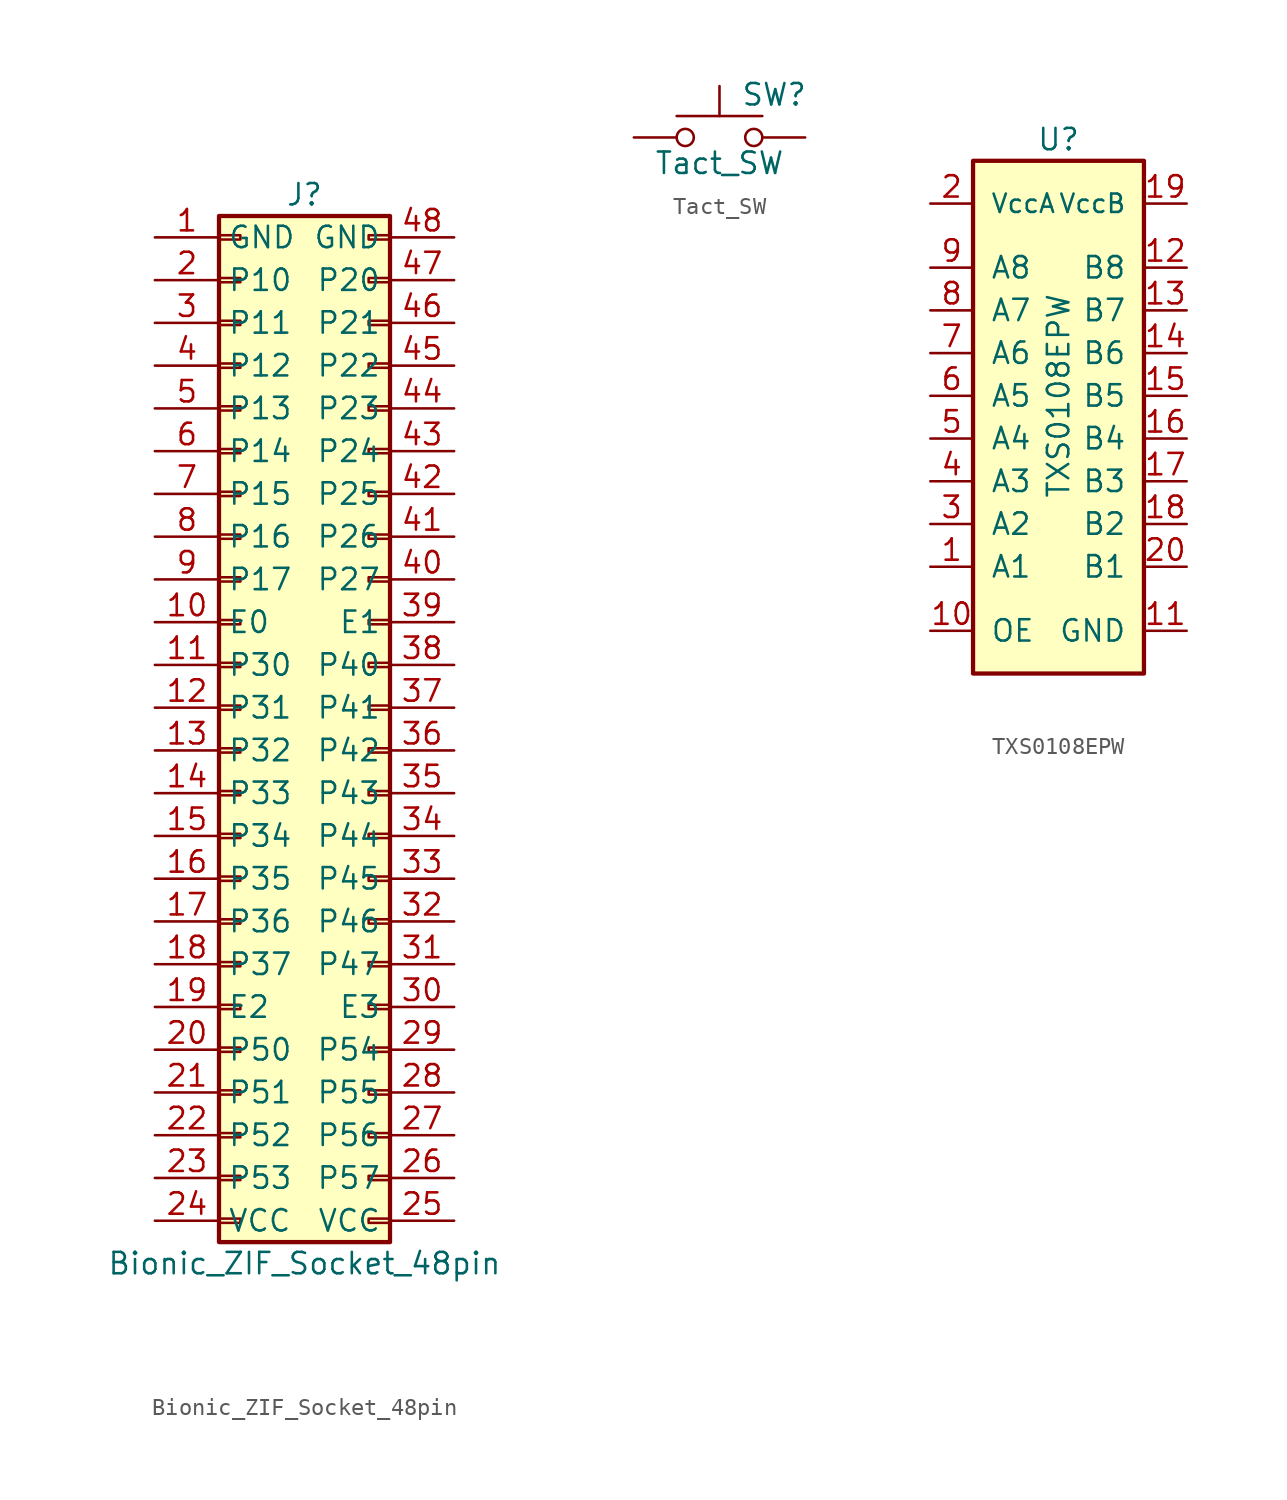
<source format=kicad_sym>
(kicad_symbol_lib
  (version 20220914)
  (generator kicad_symbol_editor)
  (symbol "Bionic_ZIF_Socket_48pin"
    (property "Reference" "J"
      (at 3.81 30.48 0)
      (effects (font (size 1.27 1.27))))
    (property "Value" "Bionic_ZIF_Socket_48pin"
      (at 3.81 -33.02 0)
      (effects (font (size 1.27 1.27))))
    (symbol "Bionic_ZIF_Socket_48pin_1_1"
      (rectangle (start -1.27 -30.353) (end 0 -30.607) (stroke (width 0.152) (type default)) (fill (type none)))
      (rectangle (start -1.27 -27.813) (end 0 -28.067) (stroke (width 0.152) (type default)) (fill (type none)))
      (rectangle (start -1.27 -25.273) (end 0 -25.527) (stroke (width 0.152) (type default)) (fill (type none)))
      (rectangle (start -1.27 -22.733) (end 0 -22.987) (stroke (width 0.152) (type default)) (fill (type none)))
      (rectangle (start -1.27 -20.193) (end 0 -20.447) (stroke (width 0.152) (type default)) (fill (type none)))
      (rectangle (start -1.27 -17.653) (end 0 -17.907) (stroke (width 0.152) (type default)) (fill (type none)))
      (rectangle (start -1.27 -15.113) (end 0 -15.367) (stroke (width 0.152) (type default)) (fill (type none)))
      (rectangle (start -1.27 -12.573) (end 0 -12.827) (stroke (width 0.152) (type default)) (fill (type none)))
      (rectangle (start -1.27 -10.033) (end 0 -10.287) (stroke (width 0.152) (type default)) (fill (type none)))
      (rectangle (start -1.27 -7.493) (end 0 -7.747) (stroke (width 0.152) (type default)) (fill (type none)))
      (rectangle (start -1.27 -4.953) (end 0 -5.207) (stroke (width 0.152) (type default)) (fill (type none)))
      (rectangle (start -1.27 -2.413) (end 0 -2.667) (stroke (width 0.152) (type default)) (fill (type none)))
      (rectangle (start -1.27 0.127) (end 0 -0.127) (stroke (width 0.152) (type default)) (fill (type none)))
      (rectangle (start -1.27 2.667) (end 0 2.413) (stroke (width 0.152) (type default)) (fill (type none)))
      (rectangle (start -1.27 5.207) (end 0 4.953) (stroke (width 0.152) (type default)) (fill (type none)))
      (rectangle (start -1.27 7.747) (end 0 7.493) (stroke (width 0.152) (type default)) (fill (type none)))
      (rectangle (start -1.27 10.287) (end 0 10.033) (stroke (width 0.152) (type default)) (fill (type none)))
      (rectangle (start -1.27 12.827) (end 0 12.573) (stroke (width 0.152) (type default)) (fill (type none)))
      (rectangle (start -1.27 15.367) (end 0 15.113) (stroke (width 0.152) (type default)) (fill (type none)))
      (rectangle (start -1.27 17.907) (end 0 17.653) (stroke (width 0.152) (type default)) (fill (type none)))
      (rectangle (start -1.27 20.447) (end 0 20.193) (stroke (width 0.152) (type default)) (fill (type none)))
      (rectangle (start -1.27 22.987) (end 0 22.733) (stroke (width 0.152) (type default)) (fill (type none)))
      (rectangle (start -1.27 25.527) (end 0 25.273) (stroke (width 0.152) (type default)) (fill (type none)))
      (rectangle (start -1.27 28.067) (end 0 27.813) (stroke (width 0.152) (type default)) (fill (type none)))
      (rectangle (start -1.27 29.21) (end 8.89 -31.75) (stroke (width 0.254) (type default)) (fill (type background)))
      (rectangle (start 8.89 -30.353) (end 7.62 -30.607) (stroke (width 0.152) (type default)) (fill (type none)))
      (rectangle (start 8.89 -27.813) (end 7.62 -28.067) (stroke (width 0.152) (type default)) (fill (type none)))
      (rectangle (start 8.89 -25.273) (end 7.62 -25.527) (stroke (width 0.152) (type default)) (fill (type none)))
      (rectangle (start 8.89 -22.733) (end 7.62 -22.987) (stroke (width 0.152) (type default)) (fill (type none)))
      (rectangle (start 8.89 -20.193) (end 7.62 -20.447) (stroke (width 0.152) (type default)) (fill (type none)))
      (rectangle (start 8.89 -17.653) (end 7.62 -17.907) (stroke (width 0.152) (type default)) (fill (type none)))
      (rectangle (start 8.89 -15.113) (end 7.62 -15.367) (stroke (width 0.152) (type default)) (fill (type none)))
      (rectangle (start 8.89 -12.573) (end 7.62 -12.827) (stroke (width 0.152) (type default)) (fill (type none)))
      (rectangle (start 8.89 -10.033) (end 7.62 -10.287) (stroke (width 0.152) (type default)) (fill (type none)))
      (rectangle (start 8.89 -7.493) (end 7.62 -7.747) (stroke (width 0.152) (type default)) (fill (type none)))
      (rectangle (start 8.89 -4.953) (end 7.62 -5.207) (stroke (width 0.152) (type default)) (fill (type none)))
      (rectangle (start 8.89 -2.413) (end 7.62 -2.667) (stroke (width 0.152) (type default)) (fill (type none)))
      (rectangle (start 8.89 0.127) (end 7.62 -0.127) (stroke (width 0.152) (type default)) (fill (type none)))
      (rectangle (start 8.89 2.667) (end 7.62 2.413) (stroke (width 0.152) (type default)) (fill (type none)))
      (rectangle (start 8.89 5.207) (end 7.62 4.953) (stroke (width 0.152) (type default)) (fill (type none)))
      (rectangle (start 8.89 7.747) (end 7.62 7.493) (stroke (width 0.152) (type default)) (fill (type none)))
      (rectangle (start 8.89 10.287) (end 7.62 10.033) (stroke (width 0.152) (type default)) (fill (type none)))
      (rectangle (start 8.89 12.827) (end 7.62 12.573) (stroke (width 0.152) (type default)) (fill (type none)))
      (rectangle (start 8.89 15.367) (end 7.62 15.113) (stroke (width 0.152) (type default)) (fill (type none)))
      (rectangle (start 8.89 17.907) (end 7.62 17.653) (stroke (width 0.152) (type default)) (fill (type none)))
      (rectangle (start 8.89 20.447) (end 7.62 20.193) (stroke (width 0.152) (type default)) (fill (type none)))
      (rectangle (start 8.89 22.987) (end 7.62 22.733) (stroke (width 0.152) (type default)) (fill (type none)))
      (rectangle (start 8.89 25.527) (end 7.62 25.273) (stroke (width 0.152) (type default)) (fill (type none)))
      (rectangle (start 8.89 28.067) (end 7.62 27.813) (stroke (width 0.152) (type default)) (fill (type none)))
      (pin passive line (at -5.08 27.94 0) (length 3.81) (name "GND" (effects (font (size 1.27 1.27)))) (number "1" (effects (font (size 1.27 1.27)))))
      (pin passive line (at -5.08 5.08 0) (length 3.81) (name "E0" (effects (font (size 1.27 1.27)))) (number "10" (effects (font (size 1.27 1.27)))))
      (pin passive line (at -5.08 2.54 0) (length 3.81) (name "P30" (effects (font (size 1.27 1.27)))) (number "11" (effects (font (size 1.27 1.27)))))
      (pin passive line (at -5.08 0 0) (length 3.81) (name "P31" (effects (font (size 1.27 1.27)))) (number "12" (effects (font (size 1.27 1.27)))))
      (pin passive line (at -5.08 -2.54 0) (length 3.81) (name "P32" (effects (font (size 1.27 1.27)))) (number "13" (effects (font (size 1.27 1.27)))))
      (pin passive line (at -5.08 -5.08 0) (length 3.81) (name "P33" (effects (font (size 1.27 1.27)))) (number "14" (effects (font (size 1.27 1.27)))))
      (pin passive line (at -5.08 -7.62 0) (length 3.81) (name "P34" (effects (font (size 1.27 1.27)))) (number "15" (effects (font (size 1.27 1.27)))))
      (pin passive line (at -5.08 -10.16 0) (length 3.81) (name "P35" (effects (font (size 1.27 1.27)))) (number "16" (effects (font (size 1.27 1.27)))))
      (pin passive line (at -5.08 -12.7 0) (length 3.81) (name "P36" (effects (font (size 1.27 1.27)))) (number "17" (effects (font (size 1.27 1.27)))))
      (pin passive line (at -5.08 -15.24 0) (length 3.81) (name "P37" (effects (font (size 1.27 1.27)))) (number "18" (effects (font (size 1.27 1.27)))))
      (pin passive line (at -5.08 -17.78 0) (length 3.81) (name "E2" (effects (font (size 1.27 1.27)))) (number "19" (effects (font (size 1.27 1.27)))))
      (pin passive line (at -5.08 25.4 0) (length 3.81) (name "P10" (effects (font (size 1.27 1.27)))) (number "2" (effects (font (size 1.27 1.27)))))
      (pin passive line (at -5.08 -20.32 0) (length 3.81) (name "P50" (effects (font (size 1.27 1.27)))) (number "20" (effects (font (size 1.27 1.27)))))
      (pin passive line (at -5.08 -22.86 0) (length 3.81) (name "P51" (effects (font (size 1.27 1.27)))) (number "21" (effects (font (size 1.27 1.27)))))
      (pin passive line (at -5.08 -25.4 0) (length 3.81) (name "P52" (effects (font (size 1.27 1.27)))) (number "22" (effects (font (size 1.27 1.27)))))
      (pin passive line (at -5.08 -27.94 0) (length 3.81) (name "P53" (effects (font (size 1.27 1.27)))) (number "23" (effects (font (size 1.27 1.27)))))
      (pin passive line (at -5.08 -30.48 0) (length 3.81) (name "VCC" (effects (font (size 1.27 1.27)))) (number "24" (effects (font (size 1.27 1.27)))))
      (pin passive line (at 12.7 -30.48 180) (length 3.81) (name "VCC" (effects (font (size 1.27 1.27)))) (number "25" (effects (font (size 1.27 1.27)))))
      (pin passive line (at 12.7 -27.94 180) (length 3.81) (name "P57" (effects (font (size 1.27 1.27)))) (number "26" (effects (font (size 1.27 1.27)))))
      (pin passive line (at 12.7 -25.4 180) (length 3.81) (name "P56" (effects (font (size 1.27 1.27)))) (number "27" (effects (font (size 1.27 1.27)))))
      (pin passive line (at 12.7 -22.86 180) (length 3.81) (name "P55" (effects (font (size 1.27 1.27)))) (number "28" (effects (font (size 1.27 1.27)))))
      (pin passive line (at 12.7 -20.32 180) (length 3.81) (name "P54" (effects (font (size 1.27 1.27)))) (number "29" (effects (font (size 1.27 1.27)))))
      (pin passive line (at -5.08 22.86 0) (length 3.81) (name "P11" (effects (font (size 1.27 1.27)))) (number "3" (effects (font (size 1.27 1.27)))))
      (pin passive line (at 12.7 -17.78 180) (length 3.81) (name "E3" (effects (font (size 1.27 1.27)))) (number "30" (effects (font (size 1.27 1.27)))))
      (pin passive line (at 12.7 -15.24 180) (length 3.81) (name "P47" (effects (font (size 1.27 1.27)))) (number "31" (effects (font (size 1.27 1.27)))))
      (pin passive line (at 12.7 -12.7 180) (length 3.81) (name "P46" (effects (font (size 1.27 1.27)))) (number "32" (effects (font (size 1.27 1.27)))))
      (pin passive line (at 12.7 -10.16 180) (length 3.81) (name "P45" (effects (font (size 1.27 1.27)))) (number "33" (effects (font (size 1.27 1.27)))))
      (pin passive line (at 12.7 -7.62 180) (length 3.81) (name "P44" (effects (font (size 1.27 1.27)))) (number "34" (effects (font (size 1.27 1.27)))))
      (pin passive line (at 12.7 -5.08 180) (length 3.81) (name "P43" (effects (font (size 1.27 1.27)))) (number "35" (effects (font (size 1.27 1.27)))))
      (pin passive line (at 12.7 -2.54 180) (length 3.81) (name "P42" (effects (font (size 1.27 1.27)))) (number "36" (effects (font (size 1.27 1.27)))))
      (pin passive line (at 12.7 0 180) (length 3.81) (name "P41" (effects (font (size 1.27 1.27)))) (number "37" (effects (font (size 1.27 1.27)))))
      (pin passive line (at 12.7 2.54 180) (length 3.81) (name "P40" (effects (font (size 1.27 1.27)))) (number "38" (effects (font (size 1.27 1.27)))))
      (pin passive line (at 12.7 5.08 180) (length 3.81) (name "E1" (effects (font (size 1.27 1.27)))) (number "39" (effects (font (size 1.27 1.27)))))
      (pin passive line (at -5.08 20.32 0) (length 3.81) (name "P12" (effects (font (size 1.27 1.27)))) (number "4" (effects (font (size 1.27 1.27)))))
      (pin passive line (at 12.7 7.62 180) (length 3.81) (name "P27" (effects (font (size 1.27 1.27)))) (number "40" (effects (font (size 1.27 1.27)))))
      (pin passive line (at 12.7 10.16 180) (length 3.81) (name "P26" (effects (font (size 1.27 1.27)))) (number "41" (effects (font (size 1.27 1.27)))))
      (pin passive line (at 12.7 12.7 180) (length 3.81) (name "P25" (effects (font (size 1.27 1.27)))) (number "42" (effects (font (size 1.27 1.27)))))
      (pin passive line (at 12.7 15.24 180) (length 3.81) (name "P24" (effects (font (size 1.27 1.27)))) (number "43" (effects (font (size 1.27 1.27)))))
      (pin passive line (at 12.7 17.78 180) (length 3.81) (name "P23" (effects (font (size 1.27 1.27)))) (number "44" (effects (font (size 1.27 1.27)))))
      (pin passive line (at 12.7 20.32 180) (length 3.81) (name "P22" (effects (font (size 1.27 1.27)))) (number "45" (effects (font (size 1.27 1.27)))))
      (pin passive line (at 12.7 22.86 180) (length 3.81) (name "P21" (effects (font (size 1.27 1.27)))) (number "46" (effects (font (size 1.27 1.27)))))
      (pin passive line (at 12.7 25.4 180) (length 3.81) (name "P20" (effects (font (size 1.27 1.27)))) (number "47" (effects (font (size 1.27 1.27)))))
      (pin passive line (at 12.7 27.94 180) (length 3.81) (name "GND" (effects (font (size 1.27 1.27)))) (number "48" (effects (font (size 1.27 1.27)))))
      (pin passive line (at -5.08 17.78 0) (length 3.81) (name "P13" (effects (font (size 1.27 1.27)))) (number "5" (effects (font (size 1.27 1.27)))))
      (pin passive line (at -5.08 15.24 0) (length 3.81) (name "P14" (effects (font (size 1.27 1.27)))) (number "6" (effects (font (size 1.27 1.27)))))
      (pin passive line (at -5.08 12.7 0) (length 3.81) (name "P15" (effects (font (size 1.27 1.27)))) (number "7" (effects (font (size 1.27 1.27)))))
      (pin passive line (at -5.08 10.16 0) (length 3.81) (name "P16" (effects (font (size 1.27 1.27)))) (number "8" (effects (font (size 1.27 1.27)))))
      (pin passive line (at -5.08 7.62 0) (length 3.81) (name "P17" (effects (font (size 1.27 1.27)))) (number "9" (effects (font (size 1.27 1.27)))))))
  (symbol "Tact_SW"
    (pin_numbers hide)
    (pin_names
      (offset 1.016) hide)
    (property "Reference" "SW"
      (at 1.27 2.54 0)
      (effects (font (size 1.27 1.27)) (justify left)))
    (property "Value" "Tact_SW"
      (at 0 -1.524 0)
      (effects (font (size 1.27 1.27))))
    (symbol "Tact_SW_0_1"
      (circle (center -2.032 0) (radius 0.508) (stroke (width 0) (type default)) (fill (type none)))
      (polyline (pts (xy 0 1.27) (xy 0 3.048)) (stroke (width 0) (type default)) (fill (type none)))
      (polyline (pts (xy 2.54 1.27) (xy -2.54 1.27)) (stroke (width 0) (type default)) (fill (type none)))
      (circle (center 2.032 0) (radius 0.508) (stroke (width 0) (type default)) (fill (type none)))
      (pin passive line (at -5.08 0 0) (length 2.54) (name "1" (effects (font (size 1.27 1.27)))) (number "1" (effects (font (size 1.27 1.27)))))
      (pin passive line (at 5.08 0 180) (length 2.54) (name "2" (effects (font (size 1.27 1.27)))) (number "2" (effects (font (size 1.27 1.27)))))))
  (symbol "TXS0108EPW"
    (pin_names
      (offset 1.016))
    (property "Reference" "U"
      (at 0 15.24 0)
      (effects (font (size 1.27 1.27))))
    (property "Value" "TXS0108EPW"
      (at 0 0 90)
      (effects (font (size 1.27 1.27))))
    (symbol "TXS0108EPW_1_0"
      (pin bidirectional line (at -7.62 -10.16 0) (length 2.54) (name "A1" (effects (font (size 1.27 1.27)))) (number "1" (effects (font (size 1.27 1.27)))))
      (pin input line (at -7.62 -13.97 0) (length 2.54) (name "OE" (effects (font (size 1.27 1.27)))) (number "10" (effects (font (size 1.27 1.27)))))
      (pin power_in line (at 7.62 -13.97 180) (length 2.54) (name "GND" (effects (font (size 1.27 1.27)))) (number "11" (effects (font (size 1.27 1.27)))))
      (pin bidirectional line (at 7.62 7.62 180) (length 2.54) (name "B8" (effects (font (size 1.27 1.27)))) (number "12" (effects (font (size 1.27 1.27)))))
      (pin bidirectional line (at 7.62 5.08 180) (length 2.54) (name "B7" (effects (font (size 1.27 1.27)))) (number "13" (effects (font (size 1.27 1.27)))))
      (pin bidirectional line (at 7.62 2.54 180) (length 2.54) (name "B6" (effects (font (size 1.27 1.27)))) (number "14" (effects (font (size 1.27 1.27)))))
      (pin bidirectional line (at 7.62 0 180) (length 2.54) (name "B5" (effects (font (size 1.27 1.27)))) (number "15" (effects (font (size 1.27 1.27)))))
      (pin bidirectional line (at 7.62 -2.54 180) (length 2.54) (name "B4" (effects (font (size 1.27 1.27)))) (number "16" (effects (font (size 1.27 1.27)))))
      (pin bidirectional line (at 7.62 -5.08 180) (length 2.54) (name "B3" (effects (font (size 1.27 1.27)))) (number "17" (effects (font (size 1.27 1.27)))))
      (pin bidirectional line (at 7.62 -7.62 180) (length 2.54) (name "B2" (effects (font (size 1.27 1.27)))) (number "18" (effects (font (size 1.27 1.27)))))
      (pin power_in line (at 7.62 11.43 180) (length 2.54) (name "VccB" (effects (font (size 1.092 1.092)))) (number "19" (effects (font (size 1.27 1.27)))))
      (pin bidirectional line (at 7.62 -10.16 180) (length 2.54) (name "B1" (effects (font (size 1.27 1.27)))) (number "20" (effects (font (size 1.27 1.27)))))
      (pin bidirectional line (at -7.62 -7.62 0) (length 2.54) (name "A2" (effects (font (size 1.27 1.27)))) (number "3" (effects (font (size 1.27 1.27)))))
      (pin bidirectional line (at -7.62 -5.08 0) (length 2.54) (name "A3" (effects (font (size 1.27 1.27)))) (number "4" (effects (font (size 1.27 1.27)))))
      (pin bidirectional line (at -7.62 -2.54 0) (length 2.54) (name "A4" (effects (font (size 1.27 1.27)))) (number "5" (effects (font (size 1.27 1.27)))))
      (pin bidirectional line (at -7.62 0 0) (length 2.54) (name "A5" (effects (font (size 1.27 1.27)))) (number "6" (effects (font (size 1.27 1.27)))))
      (pin bidirectional line (at -7.62 2.54 0) (length 2.54) (name "A6" (effects (font (size 1.27 1.27)))) (number "7" (effects (font (size 1.27 1.27)))))
      (pin bidirectional line (at -7.62 5.08 0) (length 2.54) (name "A7" (effects (font (size 1.27 1.27)))) (number "8" (effects (font (size 1.27 1.27)))))
      (pin bidirectional line (at -7.62 7.62 0) (length 2.54) (name "A8" (effects (font (size 1.27 1.27)))) (number "9" (effects (font (size 1.27 1.27))))))
    (symbol "TXS0108EPW_1_1"
      (rectangle (start 5.08 13.97) (end -5.08 -16.51) (stroke (width 0.254) (type default)) (fill (type background)))
      (pin power_in line (at -7.62 11.43 0) (length 2.54) (name "VccA" (effects (font (size 1.092 1.092)))) (number "2" (effects (font (size 1.27 1.27))))))))
</source>
